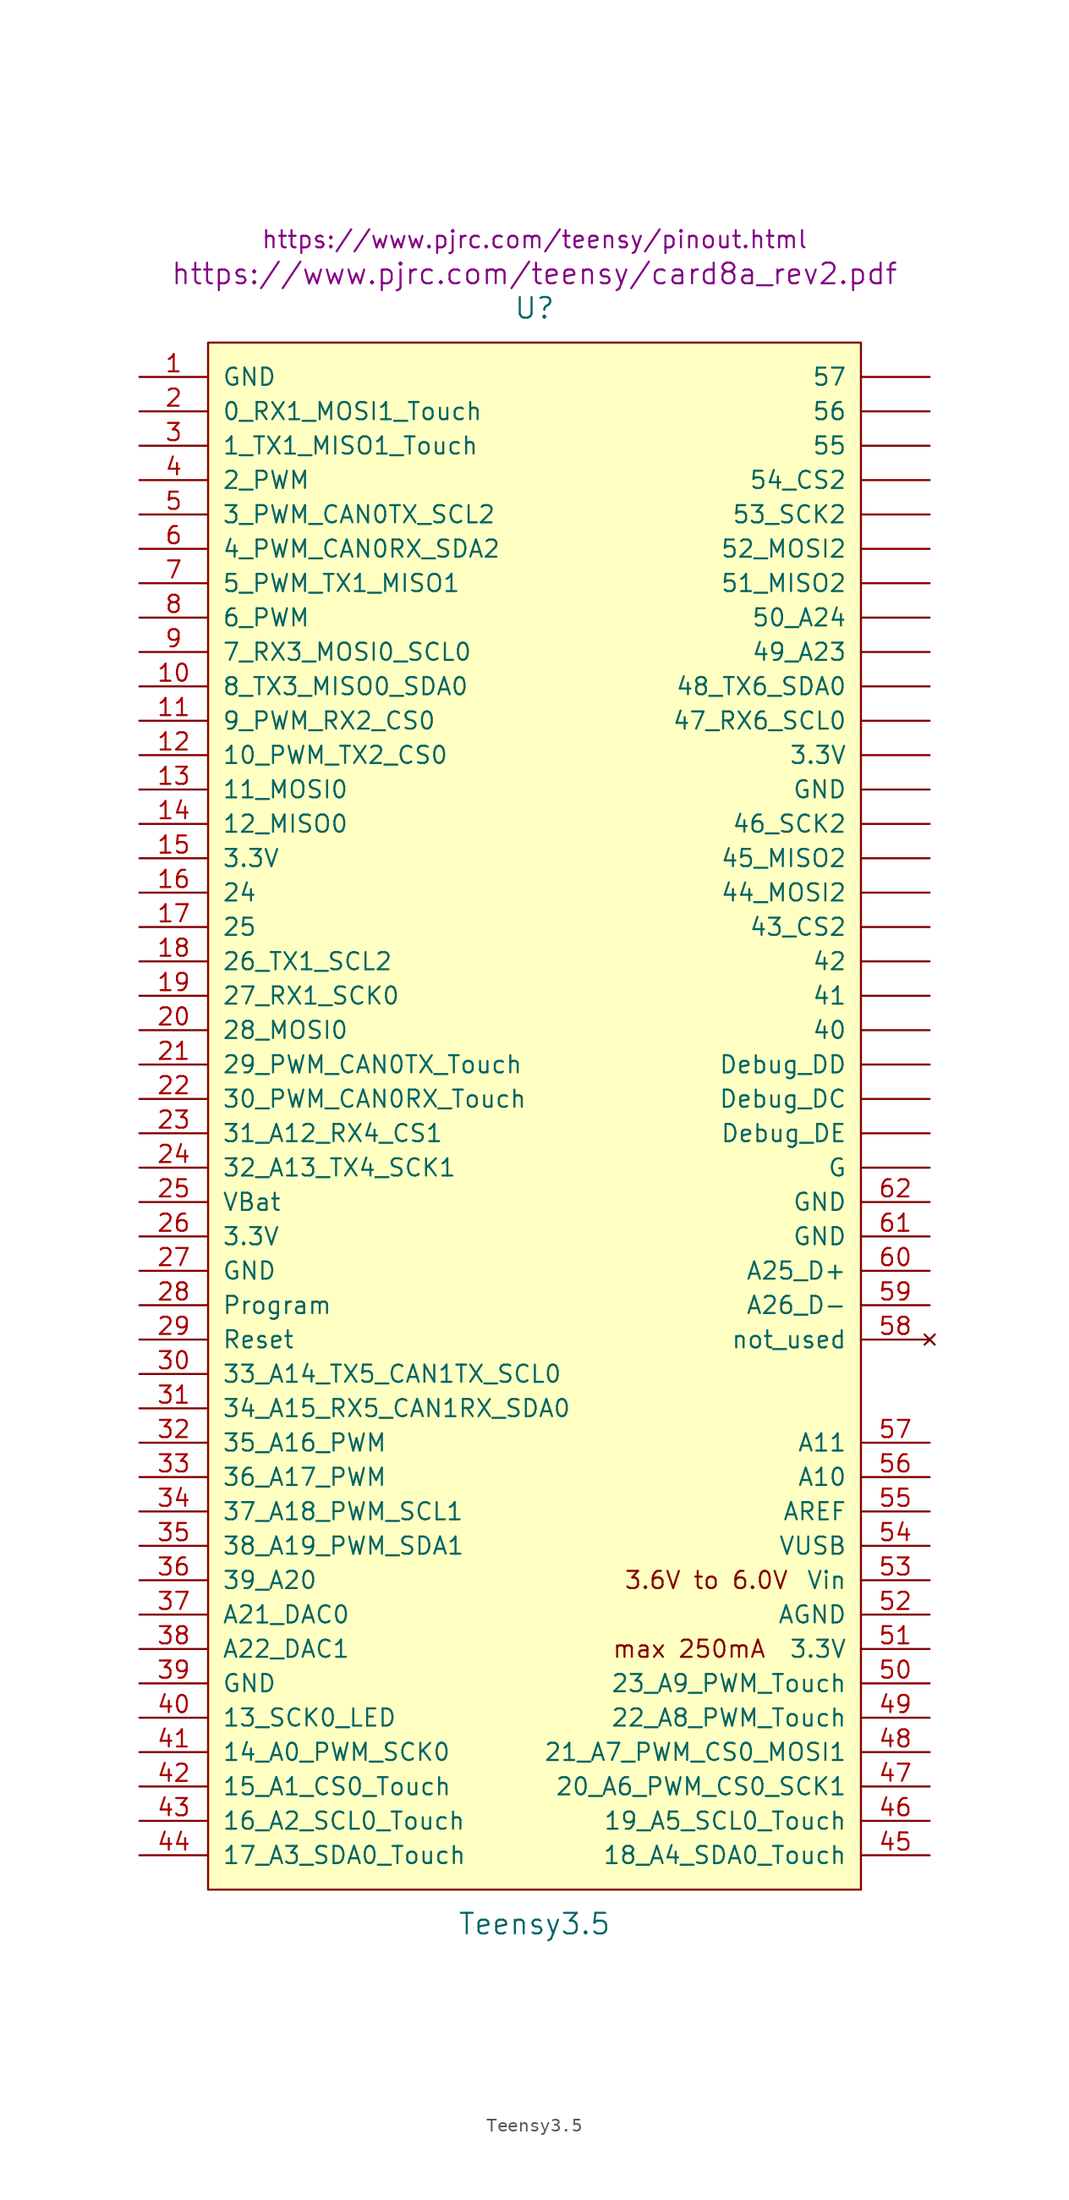
<source format=kicad_sym>
(kicad_symbol_lib
  (version 20220914)
  (generator kicad_symbol_editor)
  (symbol "Teensy3.5"
    (pin_names
      (offset 1.016))
    (property "Reference" "U"
      (at 0 59.69 0)
      (effects (font (size 1.524 1.524))))
    (property "Value" "Teensy3.5"
      (at 0 -59.69 0)
      (effects (font (size 1.524 1.524))))
    (property "Footprint" ""
      (at -2.54 57.15 0)
      (effects (font (size 1.524 1.524))))
    (property "Datasheet" "https://www.pjrc.com/teensy/card8a_rev2.pdf"
      (at 0 62.23 0)
      (effects (font (size 1.524 1.524))))
    (property "Pinouts" "https://www.pjrc.com/teensy/pinout.html"
      (at 0 64.77 0)
      (effects (font (size 1.27 1.27))))
    (symbol "Teensy3.5_0_0"
      (text "3.6V to 6.0V" (at 12.7 -34.29 0) (effects (font (size 1.27 1.27))))
      (text "max 250mA" (at 11.43 -39.37 0) (effects (font (size 1.27 1.27)))))
    (symbol "Teensy3.5_1_1"
      (rectangle (start -24.13 57.15) (end 24.13 -57.15) (stroke (width 0) (type solid)) (fill (type background)))
      (pin power_in line (at -29.21 54.61 0) (length 5.08) (name "GND" (effects (font (size 1.27 1.27)))) (number "1" (effects (font (size 1.27 1.27)))))
      (pin bidirectional line (at -29.21 31.75 0) (length 5.08) (name "8_TX3_MISO0_SDA0" (effects (font (size 1.27 1.27)))) (number "10" (effects (font (size 1.27 1.27)))))
      (pin bidirectional line (at -29.21 29.21 0) (length 5.08) (name "9_PWM_RX2_CS0" (effects (font (size 1.27 1.27)))) (number "11" (effects (font (size 1.27 1.27)))))
      (pin bidirectional line (at -29.21 26.67 0) (length 5.08) (name "10_PWM_TX2_CS0" (effects (font (size 1.27 1.27)))) (number "12" (effects (font (size 1.27 1.27)))))
      (pin bidirectional line (at -29.21 24.13 0) (length 5.08) (name "11_MOSI0" (effects (font (size 1.27 1.27)))) (number "13" (effects (font (size 1.27 1.27)))))
      (pin bidirectional line (at -29.21 21.59 0) (length 5.08) (name "12_MISO0" (effects (font (size 1.27 1.27)))) (number "14" (effects (font (size 1.27 1.27)))))
      (pin power_out line (at -29.21 19.05 0) (length 5.08) (name "3.3V" (effects (font (size 1.27 1.27)))) (number "15" (effects (font (size 1.27 1.27)))))
      (pin bidirectional line (at -29.21 16.51 0) (length 5.08) (name "24" (effects (font (size 1.27 1.27)))) (number "16" (effects (font (size 1.27 1.27)))))
      (pin bidirectional line (at -29.21 13.97 0) (length 5.08) (name "25" (effects (font (size 1.27 1.27)))) (number "17" (effects (font (size 1.27 1.27)))))
      (pin bidirectional line (at -29.21 11.43 0) (length 5.08) (name "26_TX1_SCL2" (effects (font (size 1.27 1.27)))) (number "18" (effects (font (size 1.27 1.27)))))
      (pin bidirectional line (at -29.21 8.89 0) (length 5.08) (name "27_RX1_SCK0" (effects (font (size 1.27 1.27)))) (number "19" (effects (font (size 1.27 1.27)))))
      (pin bidirectional line (at -29.21 52.07 0) (length 5.08) (name "0_RX1_MOSI1_Touch" (effects (font (size 1.27 1.27)))) (number "2" (effects (font (size 1.27 1.27)))))
      (pin bidirectional line (at -29.21 6.35 0) (length 5.08) (name "28_MOSI0" (effects (font (size 1.27 1.27)))) (number "20" (effects (font (size 1.27 1.27)))))
      (pin bidirectional line (at -29.21 3.81 0) (length 5.08) (name "29_PWM_CAN0TX_Touch" (effects (font (size 1.27 1.27)))) (number "21" (effects (font (size 1.27 1.27)))))
      (pin bidirectional line (at -29.21 1.27 0) (length 5.08) (name "30_PWM_CAN0RX_Touch" (effects (font (size 1.27 1.27)))) (number "22" (effects (font (size 1.27 1.27)))))
      (pin bidirectional line (at -29.21 -1.27 0) (length 5.08) (name "31_A12_RX4_CS1" (effects (font (size 1.27 1.27)))) (number "23" (effects (font (size 1.27 1.27)))))
      (pin bidirectional line (at -29.21 -3.81 0) (length 5.08) (name "32_A13_TX4_SCK1" (effects (font (size 1.27 1.27)))) (number "24" (effects (font (size 1.27 1.27)))))
      (pin power_in line (at -29.21 -6.35 0) (length 5.08) (name "VBat" (effects (font (size 1.27 1.27)))) (number "25" (effects (font (size 1.27 1.27)))))
      (pin power_in line (at -29.21 -8.89 0) (length 5.08) (name "3.3V" (effects (font (size 1.27 1.27)))) (number "26" (effects (font (size 1.27 1.27)))))
      (pin power_in line (at -29.21 -11.43 0) (length 5.08) (name "GND" (effects (font (size 1.27 1.27)))) (number "27" (effects (font (size 1.27 1.27)))))
      (pin input line (at -29.21 -13.97 0) (length 5.08) (name "Program" (effects (font (size 1.27 1.27)))) (number "28" (effects (font (size 1.27 1.27)))))
      (pin input line (at -29.21 -16.51 0) (length 5.08) (name "Reset" (effects (font (size 1.27 1.27)))) (number "29" (effects (font (size 1.27 1.27)))))
      (pin bidirectional line (at -29.21 49.53 0) (length 5.08) (name "1_TX1_MISO1_Touch" (effects (font (size 1.27 1.27)))) (number "3" (effects (font (size 1.27 1.27)))))
      (pin bidirectional line (at -29.21 -19.05 0) (length 5.08) (name "33_A14_TX5_CAN1TX_SCL0" (effects (font (size 1.27 1.27)))) (number "30" (effects (font (size 1.27 1.27)))))
      (pin bidirectional line (at -29.21 -21.59 0) (length 5.08) (name "34_A15_RX5_CAN1RX_SDA0" (effects (font (size 1.27 1.27)))) (number "31" (effects (font (size 1.27 1.27)))))
      (pin bidirectional line (at -29.21 -24.13 0) (length 5.08) (name "35_A16_PWM" (effects (font (size 1.27 1.27)))) (number "32" (effects (font (size 1.27 1.27)))))
      (pin bidirectional line (at -29.21 -26.67 0) (length 5.08) (name "36_A17_PWM" (effects (font (size 1.27 1.27)))) (number "33" (effects (font (size 1.27 1.27)))))
      (pin bidirectional line (at -29.21 -29.21 0) (length 5.08) (name "37_A18_PWM_SCL1" (effects (font (size 1.27 1.27)))) (number "34" (effects (font (size 1.27 1.27)))))
      (pin bidirectional line (at -29.21 -31.75 0) (length 5.08) (name "38_A19_PWM_SDA1" (effects (font (size 1.27 1.27)))) (number "35" (effects (font (size 1.27 1.27)))))
      (pin bidirectional line (at -29.21 -34.29 0) (length 5.08) (name "39_A20" (effects (font (size 1.27 1.27)))) (number "36" (effects (font (size 1.27 1.27)))))
      (pin bidirectional line (at -29.21 -36.83 0) (length 5.08) (name "A21_DAC0" (effects (font (size 1.27 1.27)))) (number "37" (effects (font (size 1.27 1.27)))))
      (pin bidirectional line (at -29.21 -39.37 0) (length 5.08) (name "A22_DAC1" (effects (font (size 1.27 1.27)))) (number "38" (effects (font (size 1.27 1.27)))))
      (pin power_in line (at -29.21 -41.91 0) (length 5.08) (name "GND" (effects (font (size 1.27 1.27)))) (number "39" (effects (font (size 1.27 1.27)))))
      (pin bidirectional line (at -29.21 46.99 0) (length 5.08) (name "2_PWM" (effects (font (size 1.27 1.27)))) (number "4" (effects (font (size 1.27 1.27)))))
      (pin bidirectional line (at -29.21 -44.45 0) (length 5.08) (name "13_SCK0_LED" (effects (font (size 1.27 1.27)))) (number "40" (effects (font (size 1.27 1.27)))))
      (pin bidirectional line (at -29.21 -46.99 0) (length 5.08) (name "14_A0_PWM_SCK0" (effects (font (size 1.27 1.27)))) (number "41" (effects (font (size 1.27 1.27)))))
      (pin bidirectional line (at -29.21 -49.53 0) (length 5.08) (name "15_A1_CS0_Touch" (effects (font (size 1.27 1.27)))) (number "42" (effects (font (size 1.27 1.27)))))
      (pin bidirectional line (at -29.21 -52.07 0) (length 5.08) (name "16_A2_SCL0_Touch" (effects (font (size 1.27 1.27)))) (number "43" (effects (font (size 1.27 1.27)))))
      (pin bidirectional line (at -29.21 -54.61 0) (length 5.08) (name "17_A3_SDA0_Touch" (effects (font (size 1.27 1.27)))) (number "44" (effects (font (size 1.27 1.27)))))
      (pin bidirectional line (at 29.21 -54.61 180) (length 5.08) (name "18_A4_SDA0_Touch" (effects (font (size 1.27 1.27)))) (number "45" (effects (font (size 1.27 1.27)))))
      (pin bidirectional line (at 29.21 -52.07 180) (length 5.08) (name "19_A5_SCL0_Touch" (effects (font (size 1.27 1.27)))) (number "46" (effects (font (size 1.27 1.27)))))
      (pin bidirectional line (at 29.21 -49.53 180) (length 5.08) (name "20_A6_PWM_CS0_SCK1" (effects (font (size 1.27 1.27)))) (number "47" (effects (font (size 1.27 1.27)))))
      (pin bidirectional line (at 29.21 -46.99 180) (length 5.08) (name "21_A7_PWM_CS0_MOSI1" (effects (font (size 1.27 1.27)))) (number "48" (effects (font (size 1.27 1.27)))))
      (pin bidirectional line (at 29.21 -44.45 180) (length 5.08) (name "22_A8_PWM_Touch" (effects (font (size 1.27 1.27)))) (number "49" (effects (font (size 1.27 1.27)))))
      (pin bidirectional line (at -29.21 44.45 0) (length 5.08) (name "3_PWM_CAN0TX_SCL2" (effects (font (size 1.27 1.27)))) (number "5" (effects (font (size 1.27 1.27)))))
      (pin bidirectional line (at 29.21 -41.91 180) (length 5.08) (name "23_A9_PWM_Touch" (effects (font (size 1.27 1.27)))) (number "50" (effects (font (size 1.27 1.27)))))
      (pin power_out line (at 29.21 -39.37 180) (length 5.08) (name "3.3V" (effects (font (size 1.27 1.27)))) (number "51" (effects (font (size 1.27 1.27)))))
      (pin power_out line (at 29.21 -36.83 180) (length 5.08) (name "AGND" (effects (font (size 1.27 1.27)))) (number "52" (effects (font (size 1.27 1.27)))))
      (pin power_in line (at 29.21 -34.29 180) (length 5.08) (name "Vin" (effects (font (size 1.27 1.27)))) (number "53" (effects (font (size 1.27 1.27)))))
      (pin power_in line (at 29.21 -31.75 180) (length 5.08) (name "VUSB" (effects (font (size 1.27 1.27)))) (number "54" (effects (font (size 1.27 1.27)))))
      (pin input line (at 29.21 -29.21 180) (length 5.08) (name "AREF" (effects (font (size 1.27 1.27)))) (number "55" (effects (font (size 1.27 1.27)))))
      (pin bidirectional line (at 29.21 -26.67 180) (length 5.08) (name "A10" (effects (font (size 1.27 1.27)))) (number "56" (effects (font (size 1.27 1.27)))))
      (pin bidirectional line (at 29.21 -24.13 180) (length 5.08) (name "A11" (effects (font (size 1.27 1.27)))) (number "57" (effects (font (size 1.27 1.27)))))
      (pin no_connect line (at 29.21 -16.51 180) (length 5.08) (name "not_used" (effects (font (size 1.27 1.27)))) (number "58" (effects (font (size 1.27 1.27)))))
      (pin bidirectional line (at 29.21 -13.97 180) (length 5.08) (name "A26_D-" (effects (font (size 1.27 1.27)))) (number "59" (effects (font (size 1.27 1.27)))))
      (pin bidirectional line (at -29.21 41.91 0) (length 5.08) (name "4_PWM_CAN0RX_SDA2" (effects (font (size 1.27 1.27)))) (number "6" (effects (font (size 1.27 1.27)))))
      (pin bidirectional line (at 29.21 -11.43 180) (length 5.08) (name "A25_D+" (effects (font (size 1.27 1.27)))) (number "60" (effects (font (size 1.27 1.27)))))
      (pin power_in line (at 29.21 -8.89 180) (length 5.08) (name "GND" (effects (font (size 1.27 1.27)))) (number "61" (effects (font (size 1.27 1.27)))))
      (pin power_in line (at 29.21 -6.35 180) (length 5.08) (name "GND" (effects (font (size 1.27 1.27)))) (number "62" (effects (font (size 1.27 1.27)))))
      (pin bidirectional line (at -29.21 39.37 0) (length 5.08) (name "5_PWM_TX1_MISO1" (effects (font (size 1.27 1.27)))) (number "7" (effects (font (size 1.27 1.27)))))
      (pin bidirectional line (at -29.21 36.83 0) (length 5.08) (name "6_PWM" (effects (font (size 1.27 1.27)))) (number "8" (effects (font (size 1.27 1.27)))))
      (pin bidirectional line (at -29.21 34.29 0) (length 5.08) (name "7_RX3_MOSI0_SCL0" (effects (font (size 1.27 1.27)))) (number "9" (effects (font (size 1.27 1.27)))))
      (pin power_in line (at 29.21 26.67 180) (length 5.08) (name "3.3V" (effects (font (size 1.27 1.27)))) (number "~" (effects (font (size 1.27 1.27)))))
      (pin bidirectional line (at 29.21 6.35 180) (length 5.08) (name "40" (effects (font (size 1.27 1.27)))) (number "~" (effects (font (size 1.27 1.27)))))
      (pin bidirectional line (at 29.21 8.89 180) (length 5.08) (name "41" (effects (font (size 1.27 1.27)))) (number "~" (effects (font (size 1.27 1.27)))))
      (pin bidirectional line (at 29.21 11.43 180) (length 5.08) (name "42" (effects (font (size 1.27 1.27)))) (number "~" (effects (font (size 1.27 1.27)))))
      (pin bidirectional line (at 29.21 13.97 180) (length 5.08) (name "43_CS2" (effects (font (size 1.27 1.27)))) (number "~" (effects (font (size 1.27 1.27)))))
      (pin bidirectional line (at 29.21 16.51 180) (length 5.08) (name "44_MOSI2" (effects (font (size 1.27 1.27)))) (number "~" (effects (font (size 1.27 1.27)))))
      (pin bidirectional line (at 29.21 19.05 180) (length 5.08) (name "45_MISO2" (effects (font (size 1.27 1.27)))) (number "~" (effects (font (size 1.27 1.27)))))
      (pin bidirectional line (at 29.21 21.59 180) (length 5.08) (name "46_SCK2" (effects (font (size 1.27 1.27)))) (number "~" (effects (font (size 1.27 1.27)))))
      (pin bidirectional line (at 29.21 29.21 180) (length 5.08) (name "47_RX6_SCL0" (effects (font (size 1.27 1.27)))) (number "~" (effects (font (size 1.27 1.27)))))
      (pin bidirectional line (at 29.21 31.75 180) (length 5.08) (name "48_TX6_SDA0" (effects (font (size 1.27 1.27)))) (number "~" (effects (font (size 1.27 1.27)))))
      (pin bidirectional line (at 29.21 34.29 180) (length 5.08) (name "49_A23" (effects (font (size 1.27 1.27)))) (number "~" (effects (font (size 1.27 1.27)))))
      (pin bidirectional line (at 29.21 36.83 180) (length 5.08) (name "50_A24" (effects (font (size 1.27 1.27)))) (number "~" (effects (font (size 1.27 1.27)))))
      (pin bidirectional line (at 29.21 39.37 180) (length 5.08) (name "51_MISO2" (effects (font (size 1.27 1.27)))) (number "~" (effects (font (size 1.27 1.27)))))
      (pin bidirectional line (at 29.21 41.91 180) (length 5.08) (name "52_MOSI2" (effects (font (size 1.27 1.27)))) (number "~" (effects (font (size 1.27 1.27)))))
      (pin bidirectional line (at 29.21 44.45 180) (length 5.08) (name "53_SCK2" (effects (font (size 1.27 1.27)))) (number "~" (effects (font (size 1.27 1.27)))))
      (pin bidirectional line (at 29.21 46.99 180) (length 5.08) (name "54_CS2" (effects (font (size 1.27 1.27)))) (number "~" (effects (font (size 1.27 1.27)))))
      (pin bidirectional line (at 29.21 49.53 180) (length 5.08) (name "55" (effects (font (size 1.27 1.27)))) (number "~" (effects (font (size 1.27 1.27)))))
      (pin bidirectional line (at 29.21 52.07 180) (length 5.08) (name "56" (effects (font (size 1.27 1.27)))) (number "~" (effects (font (size 1.27 1.27)))))
      (pin bidirectional line (at 29.21 54.61 180) (length 5.08) (name "57" (effects (font (size 1.27 1.27)))) (number "~" (effects (font (size 1.27 1.27)))))
      (pin input line (at 29.21 1.27 180) (length 5.08) (name "Debug_DC" (effects (font (size 1.27 1.27)))) (number "~" (effects (font (size 1.27 1.27)))))
      (pin input line (at 29.21 3.81 180) (length 5.08) (name "Debug_DD" (effects (font (size 1.27 1.27)))) (number "~" (effects (font (size 1.27 1.27)))))
      (pin input line (at 29.21 -1.27 180) (length 5.08) (name "Debug_DE" (effects (font (size 1.27 1.27)))) (number "~" (effects (font (size 1.27 1.27)))))
      (pin power_in line (at 29.21 -3.81 180) (length 5.08) (name "G" (effects (font (size 1.27 1.27)))) (number "~" (effects (font (size 1.27 1.27)))))
      (pin power_in line (at 29.21 24.13 180) (length 5.08) (name "GND" (effects (font (size 1.27 1.27)))) (number "~" (effects (font (size 1.27 1.27))))))))
</source>
